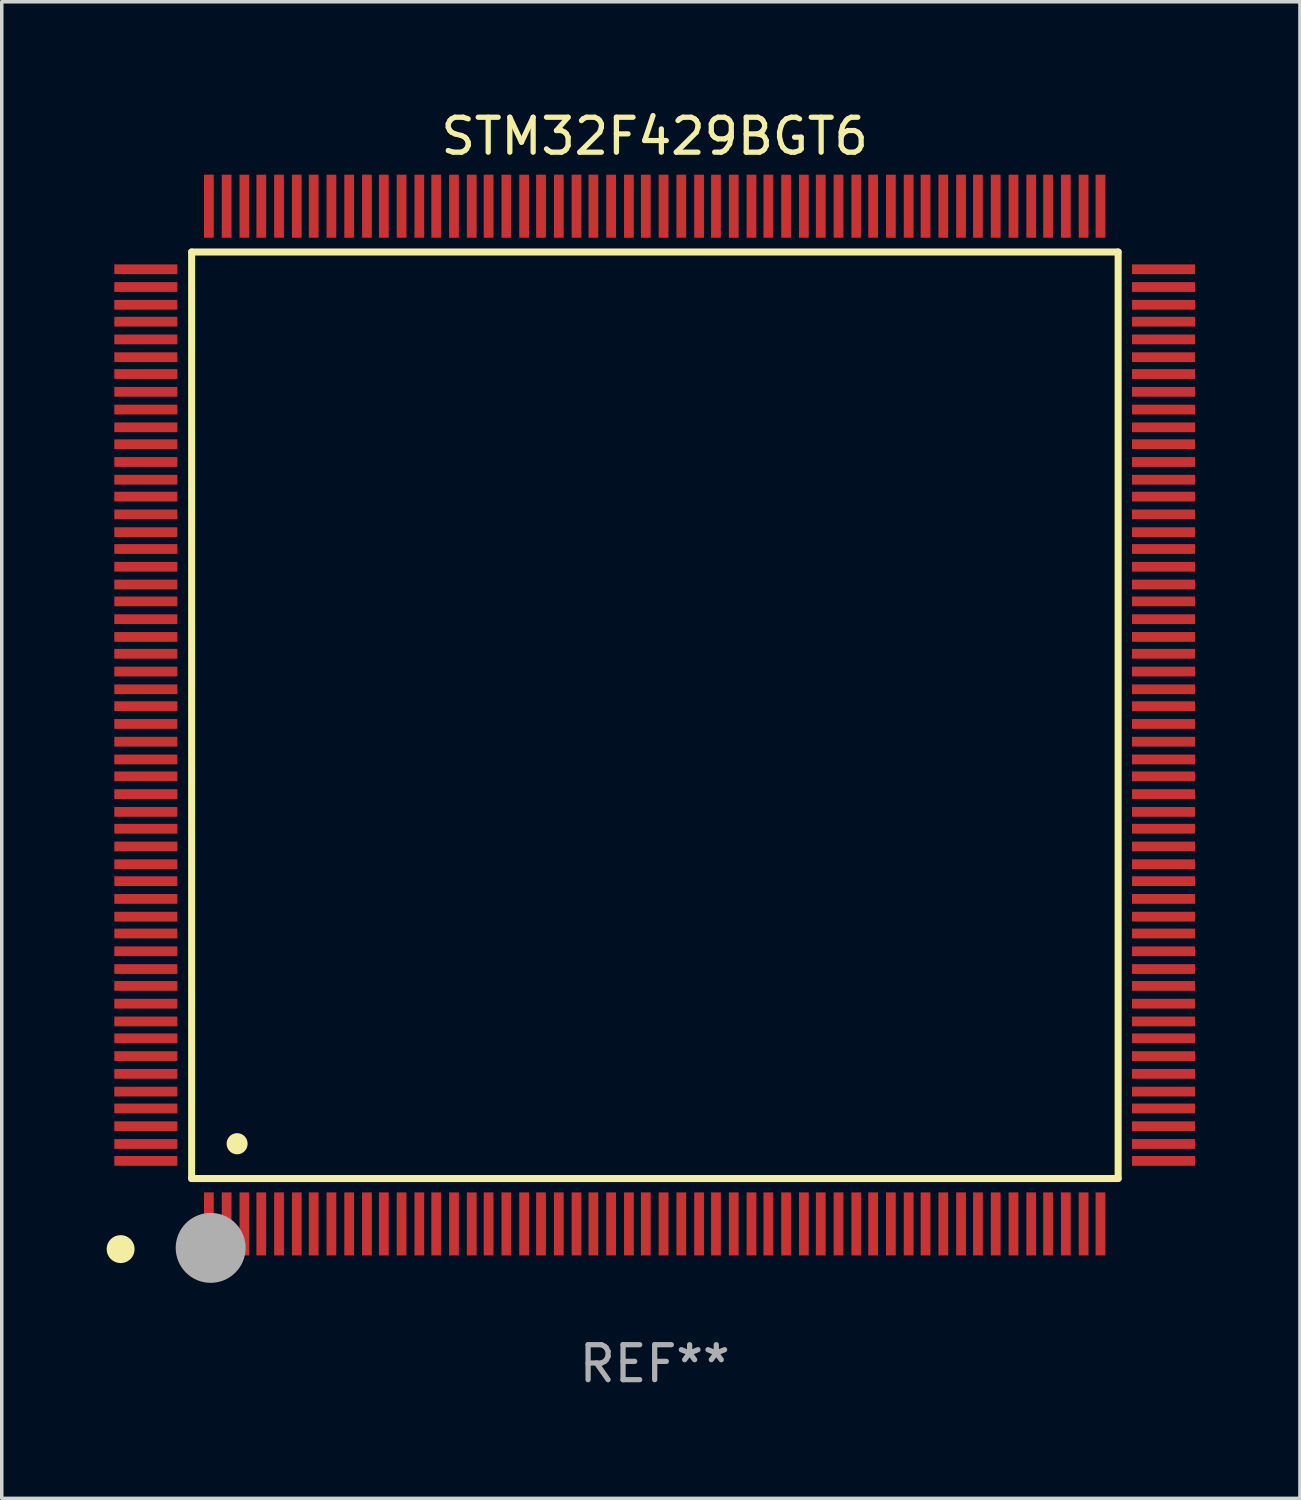
<source format=kicad_pcb>
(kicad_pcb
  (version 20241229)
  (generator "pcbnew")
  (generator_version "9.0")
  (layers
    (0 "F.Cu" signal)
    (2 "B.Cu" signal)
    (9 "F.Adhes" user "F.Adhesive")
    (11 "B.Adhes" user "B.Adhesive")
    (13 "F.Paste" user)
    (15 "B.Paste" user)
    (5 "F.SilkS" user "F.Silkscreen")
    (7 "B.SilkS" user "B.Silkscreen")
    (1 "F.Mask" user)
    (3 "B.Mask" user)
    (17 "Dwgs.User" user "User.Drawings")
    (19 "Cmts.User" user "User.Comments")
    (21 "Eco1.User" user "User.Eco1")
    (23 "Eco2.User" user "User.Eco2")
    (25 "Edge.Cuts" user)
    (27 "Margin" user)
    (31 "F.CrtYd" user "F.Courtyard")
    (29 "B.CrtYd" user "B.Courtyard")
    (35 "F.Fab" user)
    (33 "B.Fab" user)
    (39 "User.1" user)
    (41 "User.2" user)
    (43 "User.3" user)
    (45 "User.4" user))
  (footprint "STM32F429BGT6"
    (layer "F.Cu")
    (at 15.675 17.402)
    (property "Reference" "STM32F429BGT6" (at 0 -16.554 0) (layer "F.SilkS") (effects (font (size 1 1) (thickness 0.15))))
    (attr through_hole)
    (fp_line (start -13.244 -13.244) (end -13.244 13.256) (stroke (width 0.201) (type solid)) (layer "F.SilkS"))
    (fp_line (start -13.244 13.256) (end 13.256 13.256) (stroke (width 0.201) (type solid)) (layer "F.SilkS"))
    (fp_line (start 13.256 -13.244) (end -13.244 -13.244) (stroke (width 0.201) (type solid)) (layer "F.SilkS"))
    (fp_line (start 13.256 13.256) (end 13.256 -13.244) (stroke (width 0.201) (type solid)) (layer "F.SilkS"))
    (fp_arc (start -13.268987 14.90983) (mid -13.268992 14.90856) (end -13.268987 14.90729) (stroke (width 0.299721) (type solid)) (layer "F.SilkS"))
    (fp_arc (start -11.943104 12.263145) (mid -11.943115 12.260605) (end -11.943104 12.258065) (stroke (width 0.599441) (type solid)) (layer "F.SilkS"))
    (fp_circle (center -15.275 15.275) (end -15.075 15.275) (stroke (width 0.4) (type solid)) (fill no) (layer "F.SilkS"))
    (fp_circle (center -12.7 15.24) (end -12.2 15.24) (stroke (width 1) (type solid)) (fill no) (layer "F.Fab"))
    (fp_text user "REF**" (at 0 18.554 0) (layer "F.Fab") (effects (font (size 1 1) (thickness 0.15))))
    (pad "1" smd rect (at -12.751 14.554 180) (size 0.279 1.803) (layers "F.Cu" "F.Mask" "F.Paste"))
    (pad "2" smd rect (at -12.243 14.554 180) (size 0.279 1.803) (layers "F.Cu" "F.Mask" "F.Paste"))
    (pad "3" smd rect (at -11.735 14.554 180) (size 0.279 1.803) (layers "F.Cu" "F.Mask" "F.Paste"))
    (pad "4" smd rect (at -11.252 14.554 180) (size 0.279 1.803) (layers "F.Cu" "F.Mask" "F.Paste"))
    (pad "5" smd rect (at -10.744 14.554 180) (size 0.279 1.803) (layers "F.Cu" "F.Mask" "F.Paste"))
    (pad "6" smd rect (at -10.236 14.554 180) (size 0.279 1.803) (layers "F.Cu" "F.Mask" "F.Paste"))
    (pad "7" smd rect (at -9.754 14.554 180) (size 0.279 1.803) (layers "F.Cu" "F.Mask" "F.Paste"))
    (pad "8" smd rect (at -9.246 14.554 180) (size 0.279 1.803) (layers "F.Cu" "F.Mask" "F.Paste"))
    (pad "9" smd rect (at -8.738 14.554 180) (size 0.279 1.803) (layers "F.Cu" "F.Mask" "F.Paste"))
    (pad "10" smd rect (at -8.23 14.554 180) (size 0.279 1.803) (layers "F.Cu" "F.Mask" "F.Paste"))
    (pad "11" smd rect (at -7.747 14.554 180) (size 0.279 1.803) (layers "F.Cu" "F.Mask" "F.Paste"))
    (pad "12" smd rect (at -7.239 14.554 180) (size 0.279 1.803) (layers "F.Cu" "F.Mask" "F.Paste"))
    (pad "13" smd rect (at -6.731 14.554 180) (size 0.279 1.803) (layers "F.Cu" "F.Mask" "F.Paste"))
    (pad "14" smd rect (at -6.248 14.554 180) (size 0.279 1.803) (layers "F.Cu" "F.Mask" "F.Paste"))
    (pad "15" smd rect (at -5.74 14.554 180) (size 0.279 1.803) (layers "F.Cu" "F.Mask" "F.Paste"))
    (pad "16" smd rect (at -5.232 14.554 180) (size 0.279 1.803) (layers "F.Cu" "F.Mask" "F.Paste"))
    (pad "17" smd rect (at -4.75 14.554 180) (size 0.279 1.803) (layers "F.Cu" "F.Mask" "F.Paste"))
    (pad "18" smd rect (at -4.242 14.554 180) (size 0.279 1.803) (layers "F.Cu" "F.Mask" "F.Paste"))
    (pad "19" smd rect (at -3.734 14.554 180) (size 0.279 1.803) (layers "F.Cu" "F.Mask" "F.Paste"))
    (pad "20" smd rect (at -3.251 14.554 180) (size 0.279 1.803) (layers "F.Cu" "F.Mask" "F.Paste"))
    (pad "21" smd rect (at -2.743 14.554 180) (size 0.279 1.803) (layers "F.Cu" "F.Mask" "F.Paste"))
    (pad "22" smd rect (at -2.235 14.554 180) (size 0.279 1.803) (layers "F.Cu" "F.Mask" "F.Paste"))
    (pad "23" smd rect (at -1.753 14.554 180) (size 0.279 1.803) (layers "F.Cu" "F.Mask" "F.Paste"))
    (pad "24" smd rect (at -1.245 14.554 180) (size 0.279 1.803) (layers "F.Cu" "F.Mask" "F.Paste"))
    (pad "25" smd rect (at -0.737 14.554 180) (size 0.279 1.803) (layers "F.Cu" "F.Mask" "F.Paste"))
    (pad "26" smd rect (at -0.254 14.554 180) (size 0.279 1.803) (layers "F.Cu" "F.Mask" "F.Paste"))
    (pad "27" smd rect (at 0.254 14.554 180) (size 0.279 1.803) (layers "F.Cu" "F.Mask" "F.Paste"))
    (pad "28" smd rect (at 0.762 14.554 180) (size 0.279 1.803) (layers "F.Cu" "F.Mask" "F.Paste"))
    (pad "29" smd rect (at 1.27 14.554 180) (size 0.279 1.803) (layers "F.Cu" "F.Mask" "F.Paste"))
    (pad "30" smd rect (at 1.753 14.554 180) (size 0.279 1.803) (layers "F.Cu" "F.Mask" "F.Paste"))
    (pad "31" smd rect (at 2.261 14.554 180) (size 0.279 1.803) (layers "F.Cu" "F.Mask" "F.Paste"))
    (pad "32" smd rect (at 2.769 14.554 180) (size 0.279 1.803) (layers "F.Cu" "F.Mask" "F.Paste"))
    (pad "33" smd rect (at 3.251 14.554 180) (size 0.279 1.803) (layers "F.Cu" "F.Mask" "F.Paste"))
    (pad "34" smd rect (at 3.759 14.554 180) (size 0.279 1.803) (layers "F.Cu" "F.Mask" "F.Paste"))
    (pad "35" smd rect (at 4.267 14.554 180) (size 0.279 1.803) (layers "F.Cu" "F.Mask" "F.Paste"))
    (pad "36" smd rect (at 4.75 14.554 180) (size 0.279 1.803) (layers "F.Cu" "F.Mask" "F.Paste"))
    (pad "37" smd rect (at 5.258 14.554 180) (size 0.279 1.803) (layers "F.Cu" "F.Mask" "F.Paste"))
    (pad "38" smd rect (at 5.766 14.554 180) (size 0.279 1.803) (layers "F.Cu" "F.Mask" "F.Paste"))
    (pad "39" smd rect (at 6.248 14.554 180) (size 0.279 1.803) (layers "F.Cu" "F.Mask" "F.Paste"))
    (pad "40" smd rect (at 6.756 14.554 180) (size 0.279 1.803) (layers "F.Cu" "F.Mask" "F.Paste"))
    (pad "41" smd rect (at 7.264 14.554 180) (size 0.279 1.803) (layers "F.Cu" "F.Mask" "F.Paste"))
    (pad "42" smd rect (at 7.747 14.554 180) (size 0.279 1.803) (layers "F.Cu" "F.Mask" "F.Paste"))
    (pad "43" smd rect (at 8.255 14.554 180) (size 0.279 1.803) (layers "F.Cu" "F.Mask" "F.Paste"))
    (pad "44" smd rect (at 8.763 14.554 180) (size 0.279 1.803) (layers "F.Cu" "F.Mask" "F.Paste"))
    (pad "45" smd rect (at 9.246 14.554 180) (size 0.279 1.803) (layers "F.Cu" "F.Mask" "F.Paste"))
    (pad "46" smd rect (at 9.754 14.554 180) (size 0.279 1.803) (layers "F.Cu" "F.Mask" "F.Paste"))
    (pad "47" smd rect (at 10.262 14.554 180) (size 0.279 1.803) (layers "F.Cu" "F.Mask" "F.Paste"))
    (pad "48" smd rect (at 10.77 14.554 180) (size 0.279 1.803) (layers "F.Cu" "F.Mask" "F.Paste"))
    (pad "49" smd rect (at 11.252 14.554 180) (size 0.279 1.803) (layers "F.Cu" "F.Mask" "F.Paste"))
    (pad "50" smd rect (at 11.76 14.554 180) (size 0.279 1.803) (layers "F.Cu" "F.Mask" "F.Paste"))
    (pad "51" smd rect (at 12.268 14.554 180) (size 0.279 1.803) (layers "F.Cu" "F.Mask" "F.Paste"))
    (pad "52" smd rect (at 12.751 14.554 180) (size 0.279 1.803) (layers "F.Cu" "F.Mask" "F.Paste"))
    (pad "53" smd rect (at 14.554 12.751 90) (size 0.279 1.803) (layers "F.Cu" "F.Mask" "F.Paste"))
    (pad "54" smd rect (at 14.554 12.268 90) (size 0.279 1.803) (layers "F.Cu" "F.Mask" "F.Paste"))
    (pad "55" smd rect (at 14.554 11.76 90) (size 0.279 1.803) (layers "F.Cu" "F.Mask" "F.Paste"))
    (pad "56" smd rect (at 14.554 11.252 90) (size 0.279 1.803) (layers "F.Cu" "F.Mask" "F.Paste"))
    (pad "57" smd rect (at 14.554 10.77 90) (size 0.279 1.803) (layers "F.Cu" "F.Mask" "F.Paste"))
    (pad "58" smd rect (at 14.554 10.262 90) (size 0.279 1.803) (layers "F.Cu" "F.Mask" "F.Paste"))
    (pad "59" smd rect (at 14.554 9.754 90) (size 0.279 1.803) (layers "F.Cu" "F.Mask" "F.Paste"))
    (pad "60" smd rect (at 14.554 9.246 90) (size 0.279 1.803) (layers "F.Cu" "F.Mask" "F.Paste"))
    (pad "61" smd rect (at 14.554 8.763 90) (size 0.279 1.803) (layers "F.Cu" "F.Mask" "F.Paste"))
    (pad "62" smd rect (at 14.554 8.255 90) (size 0.279 1.803) (layers "F.Cu" "F.Mask" "F.Paste"))
    (pad "63" smd rect (at 14.554 7.747 90) (size 0.279 1.803) (layers "F.Cu" "F.Mask" "F.Paste"))
    (pad "64" smd rect (at 14.554 7.264 90) (size 0.279 1.803) (layers "F.Cu" "F.Mask" "F.Paste"))
    (pad "65" smd rect (at 14.554 6.756 90) (size 0.279 1.803) (layers "F.Cu" "F.Mask" "F.Paste"))
    (pad "66" smd rect (at 14.554 6.248 90) (size 0.279 1.803) (layers "F.Cu" "F.Mask" "F.Paste"))
    (pad "67" smd rect (at 14.554 5.766 90) (size 0.279 1.803) (layers "F.Cu" "F.Mask" "F.Paste"))
    (pad "68" smd rect (at 14.554 5.258 90) (size 0.279 1.803) (layers "F.Cu" "F.Mask" "F.Paste"))
    (pad "69" smd rect (at 14.554 4.75 90) (size 0.279 1.803) (layers "F.Cu" "F.Mask" "F.Paste"))
    (pad "70" smd rect (at 14.554 4.267 90) (size 0.279 1.803) (layers "F.Cu" "F.Mask" "F.Paste"))
    (pad "71" smd rect (at 14.554 3.759 90) (size 0.279 1.803) (layers "F.Cu" "F.Mask" "F.Paste"))
    (pad "72" smd rect (at 14.554 3.251 90) (size 0.279 1.803) (layers "F.Cu" "F.Mask" "F.Paste"))
    (pad "73" smd rect (at 14.554 2.769 90) (size 0.279 1.803) (layers "F.Cu" "F.Mask" "F.Paste"))
    (pad "74" smd rect (at 14.554 2.261 90) (size 0.279 1.803) (layers "F.Cu" "F.Mask" "F.Paste"))
    (pad "75" smd rect (at 14.554 1.753 90) (size 0.279 1.803) (layers "F.Cu" "F.Mask" "F.Paste"))
    (pad "76" smd rect (at 14.554 1.27 90) (size 0.279 1.803) (layers "F.Cu" "F.Mask" "F.Paste"))
    (pad "77" smd rect (at 14.554 0.762 90) (size 0.279 1.803) (layers "F.Cu" "F.Mask" "F.Paste"))
    (pad "78" smd rect (at 14.554 0.254 90) (size 0.279 1.803) (layers "F.Cu" "F.Mask" "F.Paste"))
    (pad "79" smd rect (at 14.554 -0.254 90) (size 0.279 1.803) (layers "F.Cu" "F.Mask" "F.Paste"))
    (pad "80" smd rect (at 14.554 -0.737 90) (size 0.279 1.803) (layers "F.Cu" "F.Mask" "F.Paste"))
    (pad "81" smd rect (at 14.554 -1.245 90) (size 0.279 1.803) (layers "F.Cu" "F.Mask" "F.Paste"))
    (pad "82" smd rect (at 14.554 -1.753 90) (size 0.279 1.803) (layers "F.Cu" "F.Mask" "F.Paste"))
    (pad "83" smd rect (at 14.554 -2.235 90) (size 0.279 1.803) (layers "F.Cu" "F.Mask" "F.Paste"))
    (pad "84" smd rect (at 14.554 -2.743 90) (size 0.279 1.803) (layers "F.Cu" "F.Mask" "F.Paste"))
    (pad "85" smd rect (at 14.554 -3.251 90) (size 0.279 1.803) (layers "F.Cu" "F.Mask" "F.Paste"))
    (pad "86" smd rect (at 14.554 -3.734 90) (size 0.279 1.803) (layers "F.Cu" "F.Mask" "F.Paste"))
    (pad "87" smd rect (at 14.554 -4.242 90) (size 0.279 1.803) (layers "F.Cu" "F.Mask" "F.Paste"))
    (pad "88" smd rect (at 14.554 -4.75 90) (size 0.279 1.803) (layers "F.Cu" "F.Mask" "F.Paste"))
    (pad "89" smd rect (at 14.554 -5.232 90) (size 0.279 1.803) (layers "F.Cu" "F.Mask" "F.Paste"))
    (pad "90" smd rect (at 14.554 -5.74 90) (size 0.279 1.803) (layers "F.Cu" "F.Mask" "F.Paste"))
    (pad "91" smd rect (at 14.554 -6.248 90) (size 0.279 1.803) (layers "F.Cu" "F.Mask" "F.Paste"))
    (pad "92" smd rect (at 14.554 -6.731 90) (size 0.279 1.803) (layers "F.Cu" "F.Mask" "F.Paste"))
    (pad "93" smd rect (at 14.554 -7.239 90) (size 0.279 1.803) (layers "F.Cu" "F.Mask" "F.Paste"))
    (pad "94" smd rect (at 14.554 -7.747 90) (size 0.279 1.803) (layers "F.Cu" "F.Mask" "F.Paste"))
    (pad "95" smd rect (at 14.554 -8.23 90) (size 0.279 1.803) (layers "F.Cu" "F.Mask" "F.Paste"))
    (pad "96" smd rect (at 14.554 -8.738 90) (size 0.279 1.803) (layers "F.Cu" "F.Mask" "F.Paste"))
    (pad "97" smd rect (at 14.554 -9.246 90) (size 0.279 1.803) (layers "F.Cu" "F.Mask" "F.Paste"))
    (pad "98" smd rect (at 14.554 -9.754 90) (size 0.279 1.803) (layers "F.Cu" "F.Mask" "F.Paste"))
    (pad "99" smd rect (at 14.554 -10.236 90) (size 0.279 1.803) (layers "F.Cu" "F.Mask" "F.Paste"))
    (pad "100" smd rect (at 14.554 -10.744 90) (size 0.279 1.803) (layers "F.Cu" "F.Mask" "F.Paste"))
    (pad "101" smd rect (at 14.554 -11.252 90) (size 0.279 1.803) (layers "F.Cu" "F.Mask" "F.Paste"))
    (pad "102" smd rect (at 14.554 -11.735 90) (size 0.279 1.803) (layers "F.Cu" "F.Mask" "F.Paste"))
    (pad "103" smd rect (at 14.554 -12.243 90) (size 0.279 1.803) (layers "F.Cu" "F.Mask" "F.Paste"))
    (pad "104" smd rect (at 14.554 -12.751 90) (size 0.279 1.803) (layers "F.Cu" "F.Mask" "F.Paste"))
    (pad "105" smd rect (at 12.751 -14.554 180) (size 0.279 1.803) (layers "F.Cu" "F.Mask" "F.Paste"))
    (pad "106" smd rect (at 12.268 -14.554 180) (size 0.279 1.803) (layers "F.Cu" "F.Mask" "F.Paste"))
    (pad "107" smd rect (at 11.76 -14.554 180) (size 0.279 1.803) (layers "F.Cu" "F.Mask" "F.Paste"))
    (pad "108" smd rect (at 11.252 -14.554 180) (size 0.279 1.803) (layers "F.Cu" "F.Mask" "F.Paste"))
    (pad "109" smd rect (at 10.77 -14.554 180) (size 0.279 1.803) (layers "F.Cu" "F.Mask" "F.Paste"))
    (pad "110" smd rect (at 10.262 -14.554 180) (size 0.279 1.803) (layers "F.Cu" "F.Mask" "F.Paste"))
    (pad "111" smd rect (at 9.754 -14.554 180) (size 0.279 1.803) (layers "F.Cu" "F.Mask" "F.Paste"))
    (pad "112" smd rect (at 9.246 -14.554 180) (size 0.279 1.803) (layers "F.Cu" "F.Mask" "F.Paste"))
    (pad "113" smd rect (at 8.763 -14.554 180) (size 0.279 1.803) (layers "F.Cu" "F.Mask" "F.Paste"))
    (pad "114" smd rect (at 8.255 -14.554 180) (size 0.279 1.803) (layers "F.Cu" "F.Mask" "F.Paste"))
    (pad "115" smd rect (at 7.747 -14.554 180) (size 0.279 1.803) (layers "F.Cu" "F.Mask" "F.Paste"))
    (pad "116" smd rect (at 7.264 -14.554 180) (size 0.279 1.803) (layers "F.Cu" "F.Mask" "F.Paste"))
    (pad "117" smd rect (at 6.756 -14.554 180) (size 0.279 1.803) (layers "F.Cu" "F.Mask" "F.Paste"))
    (pad "118" smd rect (at 6.248 -14.554 180) (size 0.279 1.803) (layers "F.Cu" "F.Mask" "F.Paste"))
    (pad "119" smd rect (at 5.766 -14.554 180) (size 0.279 1.803) (layers "F.Cu" "F.Mask" "F.Paste"))
    (pad "120" smd rect (at 5.258 -14.554 180) (size 0.279 1.803) (layers "F.Cu" "F.Mask" "F.Paste"))
    (pad "121" smd rect (at 4.75 -14.554 180) (size 0.279 1.803) (layers "F.Cu" "F.Mask" "F.Paste"))
    (pad "122" smd rect (at 4.267 -14.554 180) (size 0.279 1.803) (layers "F.Cu" "F.Mask" "F.Paste"))
    (pad "123" smd rect (at 3.759 -14.554 180) (size 0.279 1.803) (layers "F.Cu" "F.Mask" "F.Paste"))
    (pad "124" smd rect (at 3.251 -14.554 180) (size 0.279 1.803) (layers "F.Cu" "F.Mask" "F.Paste"))
    (pad "125" smd rect (at 2.769 -14.554 180) (size 0.279 1.803) (layers "F.Cu" "F.Mask" "F.Paste"))
    (pad "126" smd rect (at 2.261 -14.554 180) (size 0.279 1.803) (layers "F.Cu" "F.Mask" "F.Paste"))
    (pad "127" smd rect (at 1.753 -14.554 180) (size 0.279 1.803) (layers "F.Cu" "F.Mask" "F.Paste"))
    (pad "128" smd rect (at 1.27 -14.554 180) (size 0.279 1.803) (layers "F.Cu" "F.Mask" "F.Paste"))
    (pad "129" smd rect (at 0.762 -14.554 180) (size 0.279 1.803) (layers "F.Cu" "F.Mask" "F.Paste"))
    (pad "130" smd rect (at 0.254 -14.554 180) (size 0.279 1.803) (layers "F.Cu" "F.Mask" "F.Paste"))
    (pad "131" smd rect (at -0.254 -14.554 180) (size 0.279 1.803) (layers "F.Cu" "F.Mask" "F.Paste"))
    (pad "132" smd rect (at -0.737 -14.554 180) (size 0.279 1.803) (layers "F.Cu" "F.Mask" "F.Paste"))
    (pad "133" smd rect (at -1.245 -14.554 180) (size 0.279 1.803) (layers "F.Cu" "F.Mask" "F.Paste"))
    (pad "134" smd rect (at -1.753 -14.554 180) (size 0.279 1.803) (layers "F.Cu" "F.Mask" "F.Paste"))
    (pad "135" smd rect (at -2.235 -14.554 180) (size 0.279 1.803) (layers "F.Cu" "F.Mask" "F.Paste"))
    (pad "136" smd rect (at -2.743 -14.554 180) (size 0.279 1.803) (layers "F.Cu" "F.Mask" "F.Paste"))
    (pad "137" smd rect (at -3.251 -14.554 180) (size 0.279 1.803) (layers "F.Cu" "F.Mask" "F.Paste"))
    (pad "138" smd rect (at -3.734 -14.554 180) (size 0.279 1.803) (layers "F.Cu" "F.Mask" "F.Paste"))
    (pad "139" smd rect (at -4.242 -14.554 180) (size 0.279 1.803) (layers "F.Cu" "F.Mask" "F.Paste"))
    (pad "140" smd rect (at -4.75 -14.554 180) (size 0.279 1.803) (layers "F.Cu" "F.Mask" "F.Paste"))
    (pad "141" smd rect (at -5.232 -14.554 180) (size 0.279 1.803) (layers "F.Cu" "F.Mask" "F.Paste"))
    (pad "142" smd rect (at -5.74 -14.554 180) (size 0.279 1.803) (layers "F.Cu" "F.Mask" "F.Paste"))
    (pad "143" smd rect (at -6.248 -14.554 180) (size 0.279 1.803) (layers "F.Cu" "F.Mask" "F.Paste"))
    (pad "144" smd rect (at -6.731 -14.554 180) (size 0.279 1.803) (layers "F.Cu" "F.Mask" "F.Paste"))
    (pad "145" smd rect (at -7.239 -14.554 180) (size 0.279 1.803) (layers "F.Cu" "F.Mask" "F.Paste"))
    (pad "146" smd rect (at -7.747 -14.554 180) (size 0.279 1.803) (layers "F.Cu" "F.Mask" "F.Paste"))
    (pad "147" smd rect (at -8.23 -14.554 180) (size 0.279 1.803) (layers "F.Cu" "F.Mask" "F.Paste"))
    (pad "148" smd rect (at -8.738 -14.554 180) (size 0.279 1.803) (layers "F.Cu" "F.Mask" "F.Paste"))
    (pad "149" smd rect (at -9.246 -14.554 180) (size 0.279 1.803) (layers "F.Cu" "F.Mask" "F.Paste"))
    (pad "150" smd rect (at -9.754 -14.554 180) (size 0.279 1.803) (layers "F.Cu" "F.Mask" "F.Paste"))
    (pad "151" smd rect (at -10.236 -14.554 180) (size 0.279 1.803) (layers "F.Cu" "F.Mask" "F.Paste"))
    (pad "152" smd rect (at -10.744 -14.554 180) (size 0.279 1.803) (layers "F.Cu" "F.Mask" "F.Paste"))
    (pad "153" smd rect (at -11.252 -14.554 180) (size 0.279 1.803) (layers "F.Cu" "F.Mask" "F.Paste"))
    (pad "154" smd rect (at -11.735 -14.554 180) (size 0.279 1.803) (layers "F.Cu" "F.Mask" "F.Paste"))
    (pad "155" smd rect (at -12.243 -14.554 180) (size 0.279 1.803) (layers "F.Cu" "F.Mask" "F.Paste"))
    (pad "156" smd rect (at -12.751 -14.554 180) (size 0.279 1.803) (layers "F.Cu" "F.Mask" "F.Paste"))
    (pad "157" smd rect (at -14.554 -12.751 90) (size 0.279 1.803) (layers "F.Cu" "F.Mask" "F.Paste"))
    (pad "158" smd rect (at -14.554 -12.243 90) (size 0.279 1.803) (layers "F.Cu" "F.Mask" "F.Paste"))
    (pad "159" smd rect (at -14.554 -11.735 90) (size 0.279 1.803) (layers "F.Cu" "F.Mask" "F.Paste"))
    (pad "160" smd rect (at -14.554 -11.252 90) (size 0.279 1.803) (layers "F.Cu" "F.Mask" "F.Paste"))
    (pad "161" smd rect (at -14.554 -10.744 90) (size 0.279 1.803) (layers "F.Cu" "F.Mask" "F.Paste"))
    (pad "162" smd rect (at -14.554 -10.236 90) (size 0.279 1.803) (layers "F.Cu" "F.Mask" "F.Paste"))
    (pad "163" smd rect (at -14.554 -9.754 90) (size 0.279 1.803) (layers "F.Cu" "F.Mask" "F.Paste"))
    (pad "164" smd rect (at -14.554 -9.246 90) (size 0.279 1.803) (layers "F.Cu" "F.Mask" "F.Paste"))
    (pad "165" smd rect (at -14.554 -8.738 90) (size 0.279 1.803) (layers "F.Cu" "F.Mask" "F.Paste"))
    (pad "166" smd rect (at -14.554 -8.23 90) (size 0.279 1.803) (layers "F.Cu" "F.Mask" "F.Paste"))
    (pad "167" smd rect (at -14.554 -7.747 90) (size 0.279 1.803) (layers "F.Cu" "F.Mask" "F.Paste"))
    (pad "168" smd rect (at -14.554 -7.239 90) (size 0.279 1.803) (layers "F.Cu" "F.Mask" "F.Paste"))
    (pad "169" smd rect (at -14.554 -6.731 90) (size 0.279 1.803) (layers "F.Cu" "F.Mask" "F.Paste"))
    (pad "170" smd rect (at -14.554 -6.248 90) (size 0.279 1.803) (layers "F.Cu" "F.Mask" "F.Paste"))
    (pad "171" smd rect (at -14.554 -5.74 90) (size 0.279 1.803) (layers "F.Cu" "F.Mask" "F.Paste"))
    (pad "172" smd rect (at -14.554 -5.232 90) (size 0.279 1.803) (layers "F.Cu" "F.Mask" "F.Paste"))
    (pad "173" smd rect (at -14.554 -4.75 90) (size 0.279 1.803) (layers "F.Cu" "F.Mask" "F.Paste"))
    (pad "174" smd rect (at -14.554 -4.242 90) (size 0.279 1.803) (layers "F.Cu" "F.Mask" "F.Paste"))
    (pad "175" smd rect (at -14.554 -3.734 90) (size 0.279 1.803) (layers "F.Cu" "F.Mask" "F.Paste"))
    (pad "176" smd rect (at -14.554 -3.251 90) (size 0.279 1.803) (layers "F.Cu" "F.Mask" "F.Paste"))
    (pad "177" smd rect (at -14.554 -2.743 90) (size 0.279 1.803) (layers "F.Cu" "F.Mask" "F.Paste"))
    (pad "178" smd rect (at -14.554 -2.235 90) (size 0.279 1.803) (layers "F.Cu" "F.Mask" "F.Paste"))
    (pad "179" smd rect (at -14.554 -1.753 90) (size 0.279 1.803) (layers "F.Cu" "F.Mask" "F.Paste"))
    (pad "180" smd rect (at -14.554 -1.245 90) (size 0.279 1.803) (layers "F.Cu" "F.Mask" "F.Paste"))
    (pad "181" smd rect (at -14.554 -0.737 90) (size 0.279 1.803) (layers "F.Cu" "F.Mask" "F.Paste"))
    (pad "182" smd rect (at -14.554 -0.254 90) (size 0.279 1.803) (layers "F.Cu" "F.Mask" "F.Paste"))
    (pad "183" smd rect (at -14.554 0.254 90) (size 0.279 1.803) (layers "F.Cu" "F.Mask" "F.Paste"))
    (pad "184" smd rect (at -14.554 0.762 90) (size 0.279 1.803) (layers "F.Cu" "F.Mask" "F.Paste"))
    (pad "185" smd rect (at -14.554 1.27 90) (size 0.279 1.803) (layers "F.Cu" "F.Mask" "F.Paste"))
    (pad "186" smd rect (at -14.554 1.753 90) (size 0.279 1.803) (layers "F.Cu" "F.Mask" "F.Paste"))
    (pad "187" smd rect (at -14.554 2.261 90) (size 0.279 1.803) (layers "F.Cu" "F.Mask" "F.Paste"))
    (pad "188" smd rect (at -14.554 2.769 90) (size 0.279 1.803) (layers "F.Cu" "F.Mask" "F.Paste"))
    (pad "189" smd rect (at -14.554 3.251 90) (size 0.279 1.803) (layers "F.Cu" "F.Mask" "F.Paste"))
    (pad "190" smd rect (at -14.554 3.759 90) (size 0.279 1.803) (layers "F.Cu" "F.Mask" "F.Paste"))
    (pad "191" smd rect (at -14.554 4.267 90) (size 0.279 1.803) (layers "F.Cu" "F.Mask" "F.Paste"))
    (pad "192" smd rect (at -14.554 4.75 90) (size 0.279 1.803) (layers "F.Cu" "F.Mask" "F.Paste"))
    (pad "193" smd rect (at -14.554 5.258 90) (size 0.279 1.803) (layers "F.Cu" "F.Mask" "F.Paste"))
    (pad "194" smd rect (at -14.554 5.766 90) (size 0.279 1.803) (layers "F.Cu" "F.Mask" "F.Paste"))
    (pad "195" smd rect (at -14.554 6.248 90) (size 0.279 1.803) (layers "F.Cu" "F.Mask" "F.Paste"))
    (pad "196" smd rect (at -14.554 6.756 90) (size 0.279 1.803) (layers "F.Cu" "F.Mask" "F.Paste"))
    (pad "197" smd rect (at -14.554 7.264 90) (size 0.279 1.803) (layers "F.Cu" "F.Mask" "F.Paste"))
    (pad "198" smd rect (at -14.554 7.747 90) (size 0.279 1.803) (layers "F.Cu" "F.Mask" "F.Paste"))
    (pad "199" smd rect (at -14.554 8.255 90) (size 0.279 1.803) (layers "F.Cu" "F.Mask" "F.Paste"))
    (pad "200" smd rect (at -14.554 8.763 90) (size 0.279 1.803) (layers "F.Cu" "F.Mask" "F.Paste"))
    (pad "201" smd rect (at -14.554 9.246 90) (size 0.279 1.803) (layers "F.Cu" "F.Mask" "F.Paste"))
    (pad "202" smd rect (at -14.554 9.754 90) (size 0.279 1.803) (layers "F.Cu" "F.Mask" "F.Paste"))
    (pad "203" smd rect (at -14.554 10.262 90) (size 0.279 1.803) (layers "F.Cu" "F.Mask" "F.Paste"))
    (pad "204" smd rect (at -14.554 10.77 90) (size 0.279 1.803) (layers "F.Cu" "F.Mask" "F.Paste"))
    (pad "205" smd rect (at -14.554 11.252 90) (size 0.279 1.803) (layers "F.Cu" "F.Mask" "F.Paste"))
    (pad "206" smd rect (at -14.554 11.76 90) (size 0.279 1.803) (layers "F.Cu" "F.Mask" "F.Paste"))
    (pad "207" smd rect (at -14.554 12.268 90) (size 0.279 1.803) (layers "F.Cu" "F.Mask" "F.Paste"))
    (pad "208" smd rect (at -14.554 12.751 90) (size 0.279 1.803) (layers "F.Cu" "F.Mask" "F.Paste")))
  (gr_rect
    (start -3 -3)
    (end 34.131 39.805)
    (stroke (width 0.1) (type default))
    (fill no)
    (layer "Edge.Cuts")))
</source>
